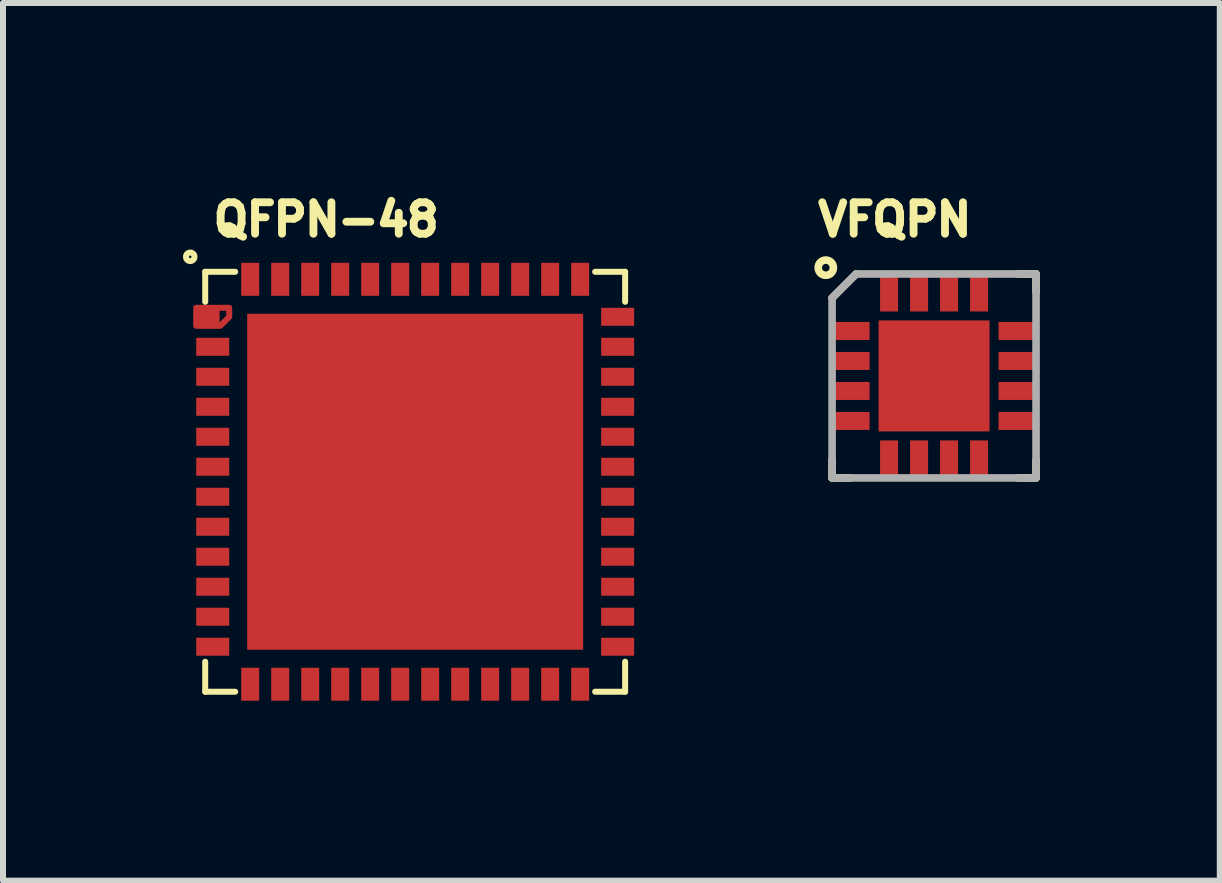
<source format=kicad_pcb>
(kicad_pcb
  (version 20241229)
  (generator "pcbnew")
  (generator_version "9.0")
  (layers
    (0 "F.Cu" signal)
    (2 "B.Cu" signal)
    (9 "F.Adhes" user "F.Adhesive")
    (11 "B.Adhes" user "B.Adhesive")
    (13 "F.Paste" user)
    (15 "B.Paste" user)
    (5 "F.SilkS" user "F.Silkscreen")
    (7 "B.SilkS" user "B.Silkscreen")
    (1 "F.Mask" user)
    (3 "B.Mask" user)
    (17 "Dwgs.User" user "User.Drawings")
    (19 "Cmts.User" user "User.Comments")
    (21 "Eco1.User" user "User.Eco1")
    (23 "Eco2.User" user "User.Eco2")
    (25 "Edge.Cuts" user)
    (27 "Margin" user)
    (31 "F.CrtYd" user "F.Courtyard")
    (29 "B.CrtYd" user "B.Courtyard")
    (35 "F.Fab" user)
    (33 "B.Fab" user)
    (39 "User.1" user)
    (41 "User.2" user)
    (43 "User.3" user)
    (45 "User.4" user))
  (footprint "VFQPN"
    (layer "F.Cu")
    (at 12.521 3.217)
    (property "Reference" "VFQPN" (at -2 -2.3 0) (layer "F.SilkS") (effects (font (size 0.524 0.524) (thickness 0.131)) (justify left bottom)))
    (fp_line (start -1.7 -1.3) (end -1.3 -1.7) (stroke (width 0.127) (type solid)) (layer "F.SilkS"))
    (fp_line (start -1.7 1.7) (end -1.7 1.4) (stroke (width 0.127) (type solid)) (layer "F.SilkS"))
    (fp_line (start -1.7 1.7) (end -1.4 1.7) (stroke (width 0.127) (type solid)) (layer "F.SilkS"))
    (fp_line (start 1.4 -1.7) (end 1.7 -1.7) (stroke (width 0.127) (type solid)) (layer "F.SilkS"))
    (fp_line (start 1.7 -1.7) (end 1.7 -1.4) (stroke (width 0.127) (type solid)) (layer "F.SilkS"))
    (fp_line (start 1.7 1.7) (end 1.4 1.7) (stroke (width 0.127) (type solid)) (layer "F.SilkS"))
    (fp_line (start 1.7 1.7) (end 1.7 1.4) (stroke (width 0.127) (type solid)) (layer "F.SilkS"))
    (fp_circle (center -1.805 -1.805) (end -1.678 -1.805) (stroke (width 0.127) (type solid)) (fill no) (layer "F.SilkS"))
    (fp_poly (pts (xy -0.8 -0.2) (xy -0.2 -0.2) (xy -0.2 -0.8) (xy -0.8 -0.8)) (stroke (width 0.1) (type solid)) (fill no) (layer "F.Paste"))
    (fp_poly (pts (xy -0.8 0.8) (xy -0.2 0.8) (xy -0.2 0.2) (xy -0.8 0.2)) (stroke (width 0.1) (type solid)) (fill no) (layer "F.Paste"))
    (fp_poly (pts (xy 0.2 -0.2) (xy 0.8 -0.2) (xy 0.8 -0.8) (xy 0.2 -0.8)) (stroke (width 0.1) (type solid)) (fill no) (layer "F.Paste"))
    (fp_poly (pts (xy 0.2 0.8) (xy 0.8 0.8) (xy 0.8 0.2) (xy 0.2 0.2)) (stroke (width 0.1) (type solid)) (fill no) (layer "F.Paste"))
    (fp_line (start -1.7 -1.3) (end -1.3 -1.7) (stroke (width 0.127) (type solid)) (layer "F.Fab"))
    (fp_line (start -1.7 1.7) (end -1.7 -1.3) (stroke (width 0.127) (type solid)) (layer "F.Fab"))
    (fp_line (start -1.3 -1.7) (end 1.7 -1.7) (stroke (width 0.127) (type solid)) (layer "F.Fab"))
    (fp_line (start 1.7 -1.7) (end 1.7 1.7) (stroke (width 0.127) (type solid)) (layer "F.Fab"))
    (fp_line (start 1.7 1.7) (end -1.7 1.7) (stroke (width 0.127) (type solid)) (layer "F.Fab"))
    (pad "1" smd rect (at -1.39 -0.75 90) (size 0.3 0.63) (layers "F.Cu" "F.Mask" "F.Paste"))
    (pad "2" smd rect (at -1.39 -0.25 90) (size 0.3 0.63) (layers "F.Cu" "F.Mask" "F.Paste"))
    (pad "3" smd rect (at -1.39 0.25 90) (size 0.3 0.63) (layers "F.Cu" "F.Mask" "F.Paste"))
    (pad "4" smd rect (at -1.39 0.75 90) (size 0.3 0.63) (layers "F.Cu" "F.Mask" "F.Paste"))
    (pad "5" smd rect (at -0.75 1.39) (size 0.3 0.63) (layers "F.Cu" "F.Mask" "F.Paste"))
    (pad "6" smd rect (at -0.25 1.39) (size 0.3 0.63) (layers "F.Cu" "F.Mask" "F.Paste"))
    (pad "7" smd rect (at 0.25 1.39) (size 0.3 0.63) (layers "F.Cu" "F.Mask" "F.Paste"))
    (pad "8" smd rect (at 0.75 1.39) (size 0.3 0.63) (layers "F.Cu" "F.Mask" "F.Paste"))
    (pad "9" smd rect (at 1.39 0.75 270) (size 0.3 0.63) (layers "F.Cu" "F.Mask" "F.Paste"))
    (pad "10" smd rect (at 1.39 0.25 270) (size 0.3 0.63) (layers "F.Cu" "F.Mask" "F.Paste"))
    (pad "11" smd rect (at 1.39 -0.25 270) (size 0.3 0.63) (layers "F.Cu" "F.Mask" "F.Paste"))
    (pad "12" smd rect (at 1.39 -0.75 270) (size 0.3 0.63) (layers "F.Cu" "F.Mask" "F.Paste"))
    (pad "13" smd rect (at 0.75 -1.39 180) (size 0.3 0.63) (layers "F.Cu" "F.Mask" "F.Paste"))
    (pad "14" smd rect (at 0.25 -1.39 180) (size 0.3 0.63) (layers "F.Cu" "F.Mask" "F.Paste"))
    (pad "15" smd rect (at -0.25 -1.39 180) (size 0.3 0.63) (layers "F.Cu" "F.Mask" "F.Paste"))
    (pad "16" smd rect (at -0.75 -1.39 180) (size 0.3 0.63) (layers "F.Cu" "F.Mask" "F.Paste"))
    (pad "EPAD" smd rect (at 0 0) (size 1.85 1.85) (layers "F.Cu" "F.Mask")))
  (footprint "QFPN-48"
    (layer "F.Cu")
    (at 3.871 4.981)
    (property "Reference" "QFPN-48" (at -3.429 -4.064 0) (layer "F.SilkS") (effects (font (size 0.524 0.524) (thickness 0.131)) (justify left bottom)))
    (fp_poly (pts (xy -3.1 -2.748) (xy -3.248 -2.6) (xy -3.65 -2.6) (xy -3.65 -2.9) (xy -3.1 -2.9)) (stroke (width 0.1) (type solid)) (fill no) (layer "F.Cu"))
    (fp_poly (pts (xy -3 -2.709) (xy -3.209 -2.5) (xy -3.75 -2.5) (xy -3.75 -3) (xy -3 -3)) (stroke (width 0.1) (type solid)) (fill no) (layer "F.Mask"))
    (fp_line (start -3.5 -3.5) (end -3.5 -3) (stroke (width 0.1) (type solid)) (layer "F.SilkS"))
    (fp_line (start -3.5 -3.5) (end -3 -3.5) (stroke (width 0.1) (type solid)) (layer "F.SilkS"))
    (fp_line (start -3.5 3.5) (end -3.5 3) (stroke (width 0.1) (type solid)) (layer "F.SilkS"))
    (fp_line (start -3.5 3.5) (end -3 3.5) (stroke (width 0.1) (type solid)) (layer "F.SilkS"))
    (fp_line (start 3.5 -3.5) (end 3 -3.5) (stroke (width 0.1) (type solid)) (layer "F.SilkS"))
    (fp_line (start 3.5 -3.5) (end 3.5 -3) (stroke (width 0.1) (type solid)) (layer "F.SilkS"))
    (fp_line (start 3.5 3.5) (end 3 3.5) (stroke (width 0.1) (type solid)) (layer "F.SilkS"))
    (fp_line (start 3.5 3.5) (end 3.5 3) (stroke (width 0.1) (type solid)) (layer "F.SilkS"))
    (fp_circle (center -3.75 -3.75) (end -3.679 -3.75) (stroke (width 0.1) (type solid)) (fill no) (layer "F.SilkS"))
    (fp_poly (pts (xy -2.4 -0.4) (xy -0.4 -0.4) (xy -0.4 -2.4) (xy -2.4 -2.4)) (stroke (width 0.1) (type solid)) (fill no) (layer "F.Paste"))
    (fp_poly (pts (xy -2.4 2.4) (xy -0.4 2.4) (xy -0.4 0.4) (xy -2.4 0.4)) (stroke (width 0.1) (type solid)) (fill no) (layer "F.Paste"))
    (fp_poly (pts (xy 0.4 -0.4) (xy 2.4 -0.4) (xy 2.4 -2.4) (xy 0.4 -2.4)) (stroke (width 0.1) (type solid)) (fill no) (layer "F.Paste"))
    (fp_poly (pts (xy 0.4 2.4) (xy 2.4 2.4) (xy 2.4 0.4) (xy 0.4 0.4)) (stroke (width 0.1) (type solid)) (fill no) (layer "F.Paste"))
    (fp_poly (pts (xy -3.1 -2.749) (xy -3.249 -2.6) (xy -3.65 -2.6) (xy -3.65 -2.9) (xy -3.1 -2.9)) (stroke (width 0.1) (type solid)) (fill no) (layer "F.Paste"))
    (pad "1" smd rect (at -3.45 -2.75) (size 0.38 0.28) (layers "F.Cu"))
    (pad "2" smd rect (at -3.375 -2.25) (size 0.55 0.3) (layers "F.Cu" "F.Mask" "F.Paste"))
    (pad "3" smd rect (at -3.375 -1.75) (size 0.55 0.3) (layers "F.Cu" "F.Mask" "F.Paste"))
    (pad "4" smd rect (at -3.375 -1.25) (size 0.55 0.3) (layers "F.Cu" "F.Mask" "F.Paste"))
    (pad "5" smd rect (at -3.375 -0.75) (size 0.55 0.3) (layers "F.Cu" "F.Mask" "F.Paste"))
    (pad "6" smd rect (at -3.375 -0.25) (size 0.55 0.3) (layers "F.Cu" "F.Mask" "F.Paste"))
    (pad "7" smd rect (at -3.375 0.25) (size 0.55 0.3) (layers "F.Cu" "F.Mask" "F.Paste"))
    (pad "8" smd rect (at -3.375 0.75) (size 0.55 0.3) (layers "F.Cu" "F.Mask" "F.Paste"))
    (pad "9" smd rect (at -3.375 1.25) (size 0.55 0.3) (layers "F.Cu" "F.Mask" "F.Paste"))
    (pad "10" smd rect (at -3.375 1.75) (size 0.55 0.3) (layers "F.Cu" "F.Mask" "F.Paste"))
    (pad "11" smd rect (at -3.375 2.25) (size 0.55 0.3) (layers "F.Cu" "F.Mask" "F.Paste"))
    (pad "12" smd rect (at -3.375 2.75) (size 0.55 0.3) (layers "F.Cu" "F.Mask" "F.Paste"))
    (pad "13" smd rect (at -2.75 3.375 90) (size 0.55 0.3) (layers "F.Cu" "F.Mask" "F.Paste"))
    (pad "14" smd rect (at -2.25 3.375 90) (size 0.55 0.3) (layers "F.Cu" "F.Mask" "F.Paste"))
    (pad "15" smd rect (at -1.75 3.375 90) (size 0.55 0.3) (layers "F.Cu" "F.Mask" "F.Paste"))
    (pad "16" smd rect (at -1.25 3.375 90) (size 0.55 0.3) (layers "F.Cu" "F.Mask" "F.Paste"))
    (pad "17" smd rect (at -0.75 3.375 90) (size 0.55 0.3) (layers "F.Cu" "F.Mask" "F.Paste"))
    (pad "18" smd rect (at -0.25 3.375 90) (size 0.55 0.3) (layers "F.Cu" "F.Mask" "F.Paste"))
    (pad "19" smd rect (at 0.25 3.375 90) (size 0.55 0.3) (layers "F.Cu" "F.Mask" "F.Paste"))
    (pad "20" smd rect (at 0.75 3.375 90) (size 0.55 0.3) (layers "F.Cu" "F.Mask" "F.Paste"))
    (pad "21" smd rect (at 1.25 3.375 90) (size 0.55 0.3) (layers "F.Cu" "F.Mask" "F.Paste"))
    (pad "22" smd rect (at 1.75 3.375 90) (size 0.55 0.3) (layers "F.Cu" "F.Mask" "F.Paste"))
    (pad "23" smd rect (at 2.25 3.375 90) (size 0.55 0.3) (layers "F.Cu" "F.Mask" "F.Paste"))
    (pad "24" smd rect (at 2.75 3.375 90) (size 0.55 0.3) (layers "F.Cu" "F.Mask" "F.Paste"))
    (pad "25" smd rect (at 3.375 2.75 180) (size 0.55 0.3) (layers "F.Cu" "F.Mask" "F.Paste"))
    (pad "26" smd rect (at 3.375 2.25 180) (size 0.55 0.3) (layers "F.Cu" "F.Mask" "F.Paste"))
    (pad "27" smd rect (at 3.375 1.75 180) (size 0.55 0.3) (layers "F.Cu" "F.Mask" "F.Paste"))
    (pad "28" smd rect (at 3.375 1.25 180) (size 0.55 0.3) (layers "F.Cu" "F.Mask" "F.Paste"))
    (pad "29" smd rect (at 3.375 0.75 180) (size 0.55 0.3) (layers "F.Cu" "F.Mask" "F.Paste"))
    (pad "30" smd rect (at 3.375 0.25 180) (size 0.55 0.3) (layers "F.Cu" "F.Mask" "F.Paste"))
    (pad "31" smd rect (at 3.375 -0.25 180) (size 0.55 0.3) (layers "F.Cu" "F.Mask" "F.Paste"))
    (pad "32" smd rect (at 3.375 -0.75 180) (size 0.55 0.3) (layers "F.Cu" "F.Mask" "F.Paste"))
    (pad "33" smd rect (at 3.375 -1.25 180) (size 0.55 0.3) (layers "F.Cu" "F.Mask" "F.Paste"))
    (pad "34" smd rect (at 3.375 -1.75 180) (size 0.55 0.3) (layers "F.Cu" "F.Mask" "F.Paste"))
    (pad "35" smd rect (at 3.375 -2.25 180) (size 0.55 0.3) (layers "F.Cu" "F.Mask" "F.Paste"))
    (pad "36" smd rect (at 3.375 -2.75 180) (size 0.55 0.3) (layers "F.Cu" "F.Mask" "F.Paste"))
    (pad "37" smd rect (at 2.75 -3.375 270) (size 0.55 0.3) (layers "F.Cu" "F.Mask" "F.Paste"))
    (pad "38" smd rect (at 2.25 -3.375 270) (size 0.55 0.3) (layers "F.Cu" "F.Mask" "F.Paste"))
    (pad "39" smd rect (at 1.75 -3.375 270) (size 0.55 0.3) (layers "F.Cu" "F.Mask" "F.Paste"))
    (pad "40" smd rect (at 1.25 -3.375 270) (size 0.55 0.3) (layers "F.Cu" "F.Mask" "F.Paste"))
    (pad "41" smd rect (at 0.75 -3.375 270) (size 0.55 0.3) (layers "F.Cu" "F.Mask" "F.Paste"))
    (pad "42" smd rect (at 0.25 -3.375 270) (size 0.55 0.3) (layers "F.Cu" "F.Mask" "F.Paste"))
    (pad "43" smd rect (at -0.25 -3.375 270) (size 0.55 0.3) (layers "F.Cu" "F.Mask" "F.Paste"))
    (pad "44" smd rect (at -0.75 -3.375 270) (size 0.55 0.3) (layers "F.Cu" "F.Mask" "F.Paste"))
    (pad "45" smd rect (at -1.25 -3.375 270) (size 0.55 0.3) (layers "F.Cu" "F.Mask" "F.Paste"))
    (pad "46" smd rect (at -1.75 -3.375 270) (size 0.55 0.3) (layers "F.Cu" "F.Mask" "F.Paste"))
    (pad "47" smd rect (at -2.25 -3.375 270) (size 0.55 0.3) (layers "F.Cu" "F.Mask" "F.Paste"))
    (pad "48" smd rect (at -2.75 -3.375 270) (size 0.55 0.3) (layers "F.Cu" "F.Mask" "F.Paste"))
    (pad "EPAD" smd rect (at 0 0) (size 5.6 5.6) (layers "F.Cu" "F.Mask")))
  (gr_rect
    (start -3 -3)
    (end 17.284 11.631)
    (stroke (width 0.1) (type default))
    (fill no)
    (layer "Edge.Cuts")))
</source>
